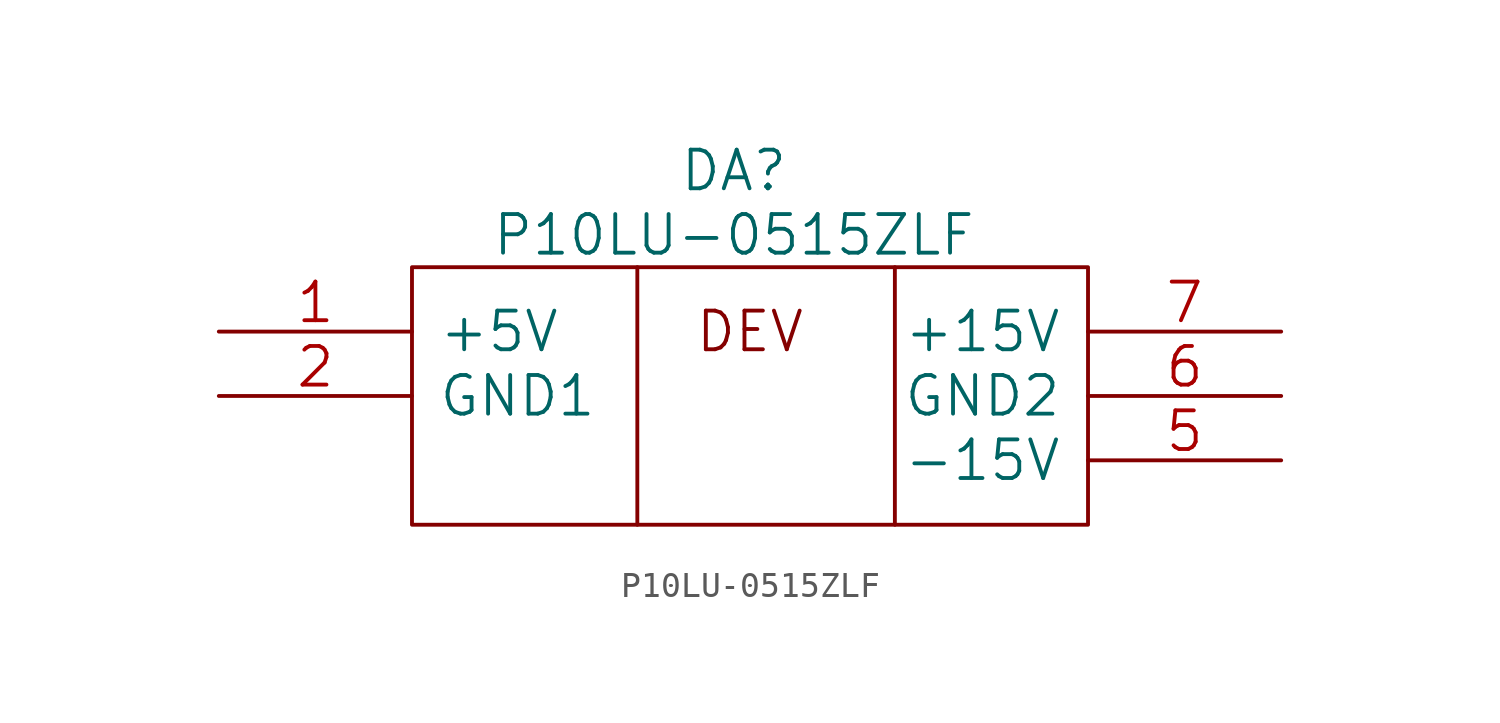
<source format=kicad_sym>
(kicad_symbol_lib
  (version 20211014)
  (generator kicad_symbol_editor)
  (symbol "P10LU-0515ZLF"
    (pin_names
      (offset 1.016))
    (property "Reference" "DA"
      (at 12.7 3.81 0)
      (effects (font (size 1.524 1.524))))
    (property "Value" "P10LU-0515ZLF"
      (at 12.7 1.27 0)
      (effects (font (size 1.524 1.524))))
    (property "Footprint" ""
      (at 0 0 0)
      (effects (font (size 1.524 1.524))))
    (property "Datasheet" ""
      (at 0 0 0)
      (effects (font (size 1.524 1.524))))
    (symbol "P10LU-0515ZLF_0_0"
      (text "DEV" (at 13.335 -2.54 0) (effects (font (size 1.524 1.524))))
      (pin input line (at -7.62 -2.54 0) (length 7.62) (name "+5V" (effects (font (size 1.524 1.524)))) (number "1" (effects (font (size 1.524 1.524)))))
      (pin input line (at -7.62 -5.08 0) (length 7.62) (name "GND1" (effects (font (size 1.524 1.524)))) (number "2" (effects (font (size 1.524 1.524)))))
      (pin power_out line (at 34.29 -7.62 180) (length 7.62) (name "-15V" (effects (font (size 1.524 1.524)))) (number "5" (effects (font (size 1.524 1.524)))))
      (pin input line (at 34.29 -5.08 180) (length 7.62) (name "GND2" (effects (font (size 1.524 1.524)))) (number "6" (effects (font (size 1.524 1.524)))))
      (pin input line (at 34.29 -2.54 180) (length 7.62) (name "+15V" (effects (font (size 1.524 1.524)))) (number "7" (effects (font (size 1.524 1.524))))))
    (symbol "P10LU-0515ZLF_0_1"
      (polyline (pts (xy 8.89 0) (xy 8.89 -10.16)) (stroke (width 0) (type default) (color 0 0 0 0)) (fill (type none)))
      (polyline (pts (xy 19.05 0) (xy 19.05 -10.16)) (stroke (width 0) (type default) (color 0 0 0 0)) (fill (type none)))
      (rectangle (start 0 0) (end 26.67 -10.16) (stroke (width 0) (type default) (color 0 0 0 0)) (fill (type none))))))
</source>
